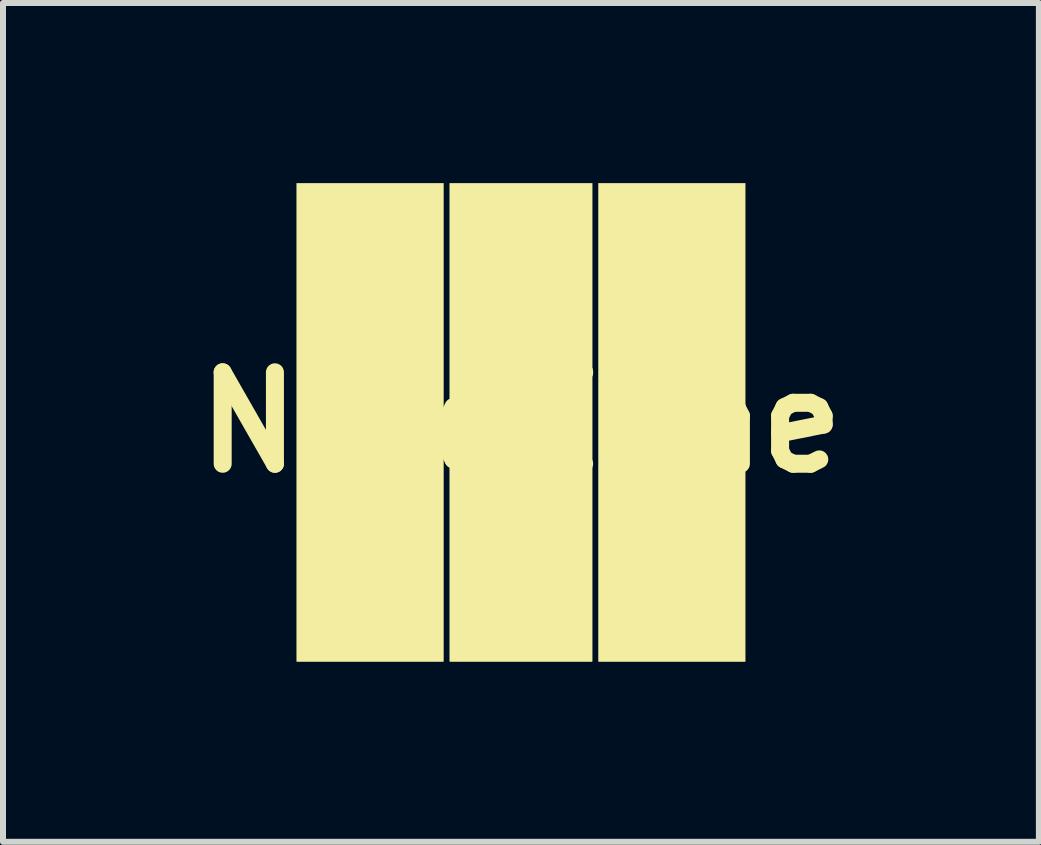
<source format=kicad_pcb>
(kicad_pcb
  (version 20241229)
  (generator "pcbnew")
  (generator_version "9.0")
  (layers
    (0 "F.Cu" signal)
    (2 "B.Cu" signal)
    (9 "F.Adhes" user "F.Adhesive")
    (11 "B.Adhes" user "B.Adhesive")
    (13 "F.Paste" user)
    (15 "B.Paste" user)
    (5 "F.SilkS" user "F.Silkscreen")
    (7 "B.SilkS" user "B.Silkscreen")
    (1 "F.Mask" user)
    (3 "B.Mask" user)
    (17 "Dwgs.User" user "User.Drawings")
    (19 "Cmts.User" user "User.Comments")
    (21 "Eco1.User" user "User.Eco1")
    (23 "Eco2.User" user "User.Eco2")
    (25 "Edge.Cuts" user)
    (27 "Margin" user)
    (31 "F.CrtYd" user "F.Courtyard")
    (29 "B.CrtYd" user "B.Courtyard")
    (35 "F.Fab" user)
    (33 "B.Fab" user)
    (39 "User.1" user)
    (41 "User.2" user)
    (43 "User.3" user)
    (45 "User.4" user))
  (footprint "NoteZone"
    (layer "F.Cu")
    (at 5.632 3.989)
    (property "Reference" "NoteZone" (at 0 0 0) (layer "F.SilkS") (effects (font (size 1.524 1.524) (thickness 0.3))))
    (attr through_hole)
    (fp_poly (pts (xy -1.295 3.984) (xy -3.735 3.984) (xy -3.735 -3.984) (xy -1.295 -3.984) (xy -1.295 3.984)) (stroke (width 0.01) (type solid)) (fill yes) (layer "F.SilkS"))
    (fp_poly (pts (xy 1.185 3.984) (xy -1.185 3.984) (xy -1.185 -3.984) (xy 1.185 -3.984) (xy 1.185 3.984)) (stroke (width 0.01) (type solid)) (fill yes) (layer "F.SilkS"))
    (fp_poly (pts (xy 3.735 3.984) (xy 1.295 3.984) (xy 1.295 -3.984) (xy 3.735 -3.984) (xy 3.735 3.984)) (stroke (width 0.01) (type solid)) (fill yes) (layer "F.SilkS")))
  (gr_rect
    (start -3 -3)
    (end 14.263 10.979)
    (stroke (width 0.1) (type default))
    (fill no)
    (layer "Edge.Cuts")))
</source>
